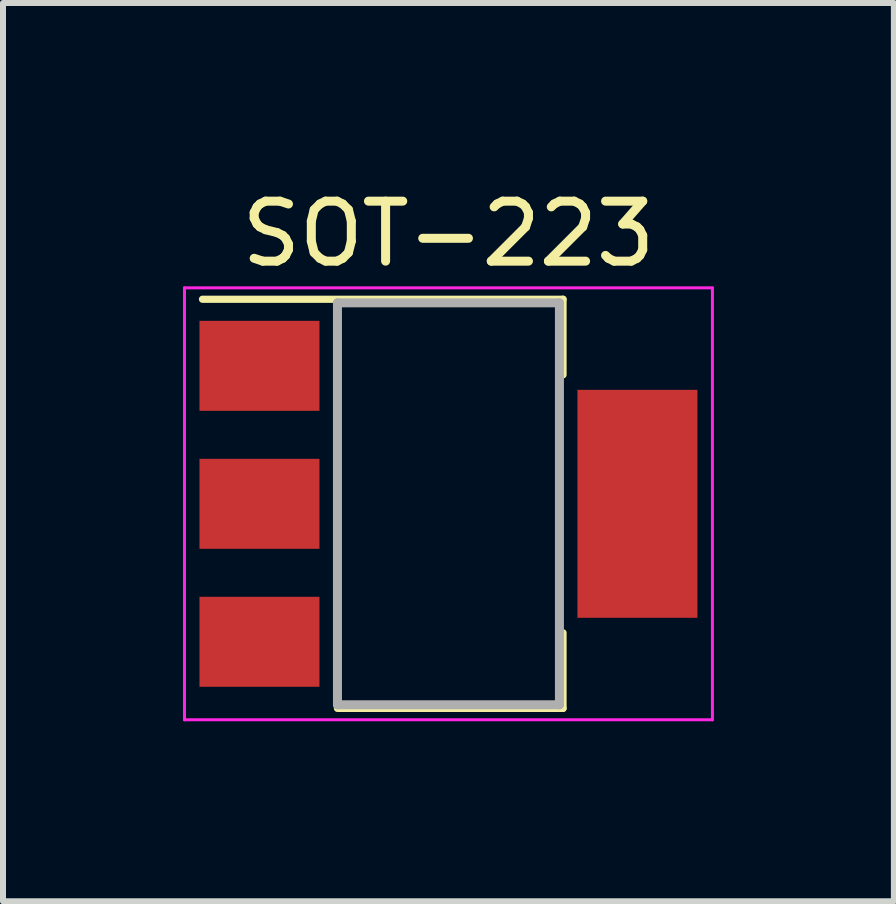
<source format=kicad_pcb>
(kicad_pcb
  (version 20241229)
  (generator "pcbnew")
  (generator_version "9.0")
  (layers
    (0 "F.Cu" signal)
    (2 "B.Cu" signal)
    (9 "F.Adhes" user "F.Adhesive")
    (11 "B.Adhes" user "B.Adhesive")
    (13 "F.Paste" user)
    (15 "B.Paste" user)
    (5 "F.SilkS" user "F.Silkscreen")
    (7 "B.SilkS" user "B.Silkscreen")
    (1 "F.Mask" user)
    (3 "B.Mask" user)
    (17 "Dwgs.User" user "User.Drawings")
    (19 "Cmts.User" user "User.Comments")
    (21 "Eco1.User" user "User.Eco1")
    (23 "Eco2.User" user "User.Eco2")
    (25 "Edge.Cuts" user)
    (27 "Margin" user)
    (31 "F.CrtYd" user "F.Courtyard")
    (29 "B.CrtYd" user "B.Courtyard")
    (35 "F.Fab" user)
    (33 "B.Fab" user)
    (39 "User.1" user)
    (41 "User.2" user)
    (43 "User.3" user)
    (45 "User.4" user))
  (footprint "SOT-223"
    (layer "F.Cu")
    (at 4.425 5.348)
    (property "Reference" "SOT-223" (at 0 -4.5 0) (layer "F.SilkS") (effects (font (size 1 1) (thickness 0.15))))
    (attr smd)
    (fp_line (start -4.1 -3.41) (end 1.91 -3.41) (stroke (width 0.12) (type solid)) (layer "F.SilkS"))
    (fp_line (start -1.85 3.41) (end 1.91 3.41) (stroke (width 0.12) (type solid)) (layer "F.SilkS"))
    (fp_line (start 1.91 -3.41) (end 1.91 -2.15) (stroke (width 0.12) (type solid)) (layer "F.SilkS"))
    (fp_line (start 1.91 3.41) (end 1.91 2.15) (stroke (width 0.12) (type solid)) (layer "F.SilkS"))
    (fp_line (start -4.4 -3.6) (end -4.4 3.6) (stroke (width 0.05) (type solid)) (layer "F.CrtYd"))
    (fp_line (start -4.4 3.6) (end 4.4 3.6) (stroke (width 0.05) (type solid)) (layer "F.CrtYd"))
    (fp_line (start 4.4 -3.6) (end -4.4 -3.6) (stroke (width 0.05) (type solid)) (layer "F.CrtYd"))
    (fp_line (start 4.4 3.6) (end 4.4 -3.6) (stroke (width 0.05) (type solid)) (layer "F.CrtYd"))
    (fp_line (start -1.85 -3.35) (end -1.85 3.35) (stroke (width 0.15) (type solid)) (layer "F.Fab"))
    (fp_line (start -1.85 -3.35) (end 1.85 -3.35) (stroke (width 0.15) (type solid)) (layer "F.Fab"))
    (fp_line (start -1.85 3.35) (end 1.85 3.35) (stroke (width 0.15) (type solid)) (layer "F.Fab"))
    (fp_line (start 1.85 -3.35) (end 1.85 3.35) (stroke (width 0.15) (type solid)) (layer "F.Fab"))
    (pad "1" smd rect (at -3.15 -2.3) (size 2 1.5) (layers "F.Cu" "F.Mask" "F.Paste"))
    (pad "2" smd rect (at -3.15 0) (size 2 1.5) (layers "F.Cu" "F.Mask" "F.Paste"))
    (pad "3" smd rect (at -3.15 2.3) (size 2 1.5) (layers "F.Cu" "F.Mask" "F.Paste"))
    (pad "4" smd rect (at 3.15 0) (size 2 3.8) (layers "F.Cu" "F.Mask" "F.Paste")))
  (gr_rect
    (start -3 -3)
    (end 11.85 11.973)
    (stroke (width 0.1) (type default))
    (fill no)
    (layer "Edge.Cuts")))
</source>
